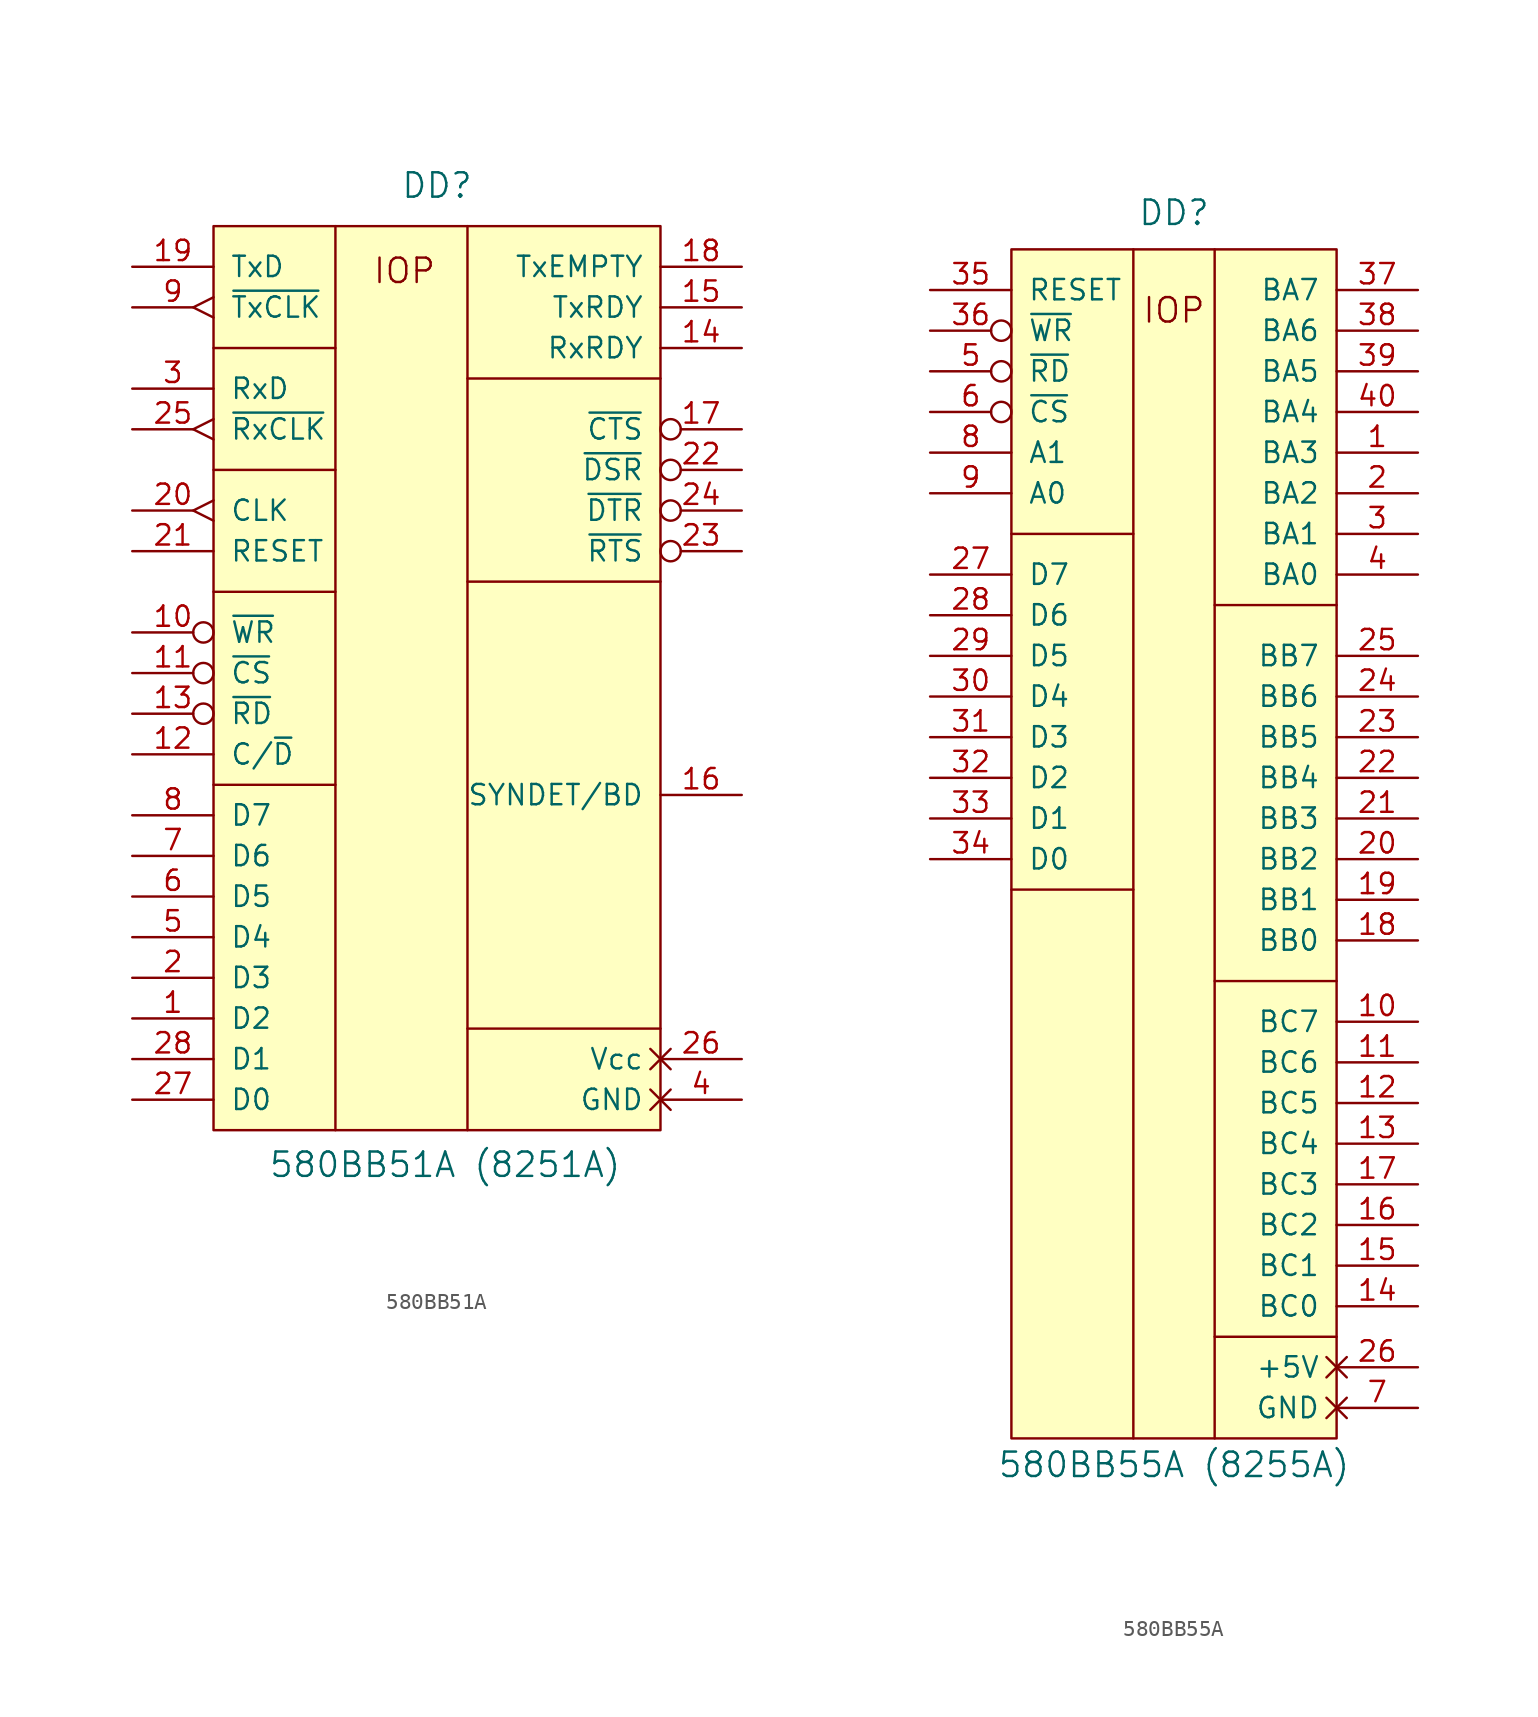
<source format=kicad_sym>
(kicad_symbol_lib
  (version 20231120)
  (generator "kicad_symbol_editor")
  (generator_version "8.0")
  (symbol "580ВВ51А"
    (pin_names
      (offset 1.016))
    (property "Reference" "DD"
      (at 0 30.48 0)
      (effects (font (size 1.524 1.524))))
    (property "Value" "580ВВ51А (8251A)"
      (at 0.508 -30.734 0)
      (effects (font (size 1.524 1.524))))
    (symbol "580ВВ51А_0_0"
      (text "IOP" (at -2.032 25.146 0) (effects (font (size 1.524 1.524)))))
    (symbol "580ВВ51А_0_1"
      (polyline (pts (xy -13.97 -6.985) (xy -6.35 -6.985)) (stroke (width 0) (type solid)) (fill (type none)))
      (polyline (pts (xy -13.97 5.08) (xy -6.35 5.08)) (stroke (width 0) (type solid)) (fill (type none)))
      (polyline (pts (xy -13.97 12.7) (xy -6.35 12.7)) (stroke (width 0) (type solid)) (fill (type none)))
      (polyline (pts (xy -13.97 20.32) (xy -6.35 20.32)) (stroke (width 0) (type solid)) (fill (type none)))
      (polyline (pts (xy -6.35 27.94) (xy -6.35 -28.575)) (stroke (width 0) (type solid)) (fill (type none)))
      (polyline (pts (xy 1.905 -22.225) (xy 13.97 -22.225)) (stroke (width 0) (type solid)) (fill (type none)))
      (polyline (pts (xy 1.905 5.715) (xy 13.97 5.715)) (stroke (width 0) (type solid)) (fill (type none)))
      (polyline (pts (xy 1.905 18.415) (xy 13.97 18.415)) (stroke (width 0) (type solid)) (fill (type none)))
      (polyline (pts (xy 1.905 27.94) (xy 1.905 -28.575)) (stroke (width 0) (type solid)) (fill (type none))))
    (symbol "580ВВ51А_1_1"
      (rectangle (start -13.97 27.94) (end 13.97 -28.575) (stroke (width 0) (type solid)) (fill (type background)))
      (pin bidirectional line (at -19.05 -21.59 0) (length 5.08) (name "D2" (effects (font (size 1.27 1.27)))) (number "1" (effects (font (size 1.27 1.27)))))
      (pin input inverted (at -19.05 2.54 0) (length 5.08) (name "~{WR}" (effects (font (size 1.27 1.27)))) (number "10" (effects (font (size 1.27 1.27)))))
      (pin input inverted (at -19.05 0 0) (length 5.08) (name "~{CS}" (effects (font (size 1.27 1.27)))) (number "11" (effects (font (size 1.27 1.27)))))
      (pin input line (at -19.05 -5.08 0) (length 5.08) (name "C/~{D}" (effects (font (size 1.27 1.27)))) (number "12" (effects (font (size 1.27 1.27)))))
      (pin input inverted (at -19.05 -2.54 0) (length 5.08) (name "~{RD}" (effects (font (size 1.27 1.27)))) (number "13" (effects (font (size 1.27 1.27)))))
      (pin output line (at 19.05 20.32 180) (length 5.08) (name "RxRDY" (effects (font (size 1.27 1.27)))) (number "14" (effects (font (size 1.27 1.27)))))
      (pin output line (at 19.05 22.86 180) (length 5.08) (name "TxRDY" (effects (font (size 1.27 1.27)))) (number "15" (effects (font (size 1.27 1.27)))))
      (pin bidirectional line (at 19.05 -7.62 180) (length 5.08) (name "SYNDET/BD" (effects (font (size 1.27 1.27)))) (number "16" (effects (font (size 1.27 1.27)))))
      (pin input inverted (at 19.05 15.24 180) (length 5.08) (name "~{CTS}" (effects (font (size 1.27 1.27)))) (number "17" (effects (font (size 1.27 1.27)))))
      (pin output line (at 19.05 25.4 180) (length 5.08) (name "TxEMPTY" (effects (font (size 1.27 1.27)))) (number "18" (effects (font (size 1.27 1.27)))))
      (pin output line (at -19.05 25.4 0) (length 5.08) (name "TxD" (effects (font (size 1.27 1.27)))) (number "19" (effects (font (size 1.27 1.27)))))
      (pin bidirectional line (at -19.05 -19.05 0) (length 5.08) (name "D3" (effects (font (size 1.27 1.27)))) (number "2" (effects (font (size 1.27 1.27)))))
      (pin input edge_clock_high (at -19.05 10.16 0) (length 5.08) (name "CLK" (effects (font (size 1.27 1.27)))) (number "20" (effects (font (size 1.27 1.27)))))
      (pin input line (at -19.05 7.62 0) (length 5.08) (name "RESET" (effects (font (size 1.27 1.27)))) (number "21" (effects (font (size 1.27 1.27)))))
      (pin input inverted (at 19.05 12.7 180) (length 5.08) (name "~{DSR}" (effects (font (size 1.27 1.27)))) (number "22" (effects (font (size 1.27 1.27)))))
      (pin output inverted (at 19.05 7.62 180) (length 5.08) (name "~{RTS}" (effects (font (size 1.27 1.27)))) (number "23" (effects (font (size 1.27 1.27)))))
      (pin output inverted (at 19.05 10.16 180) (length 5.08) (name "~{DTR}" (effects (font (size 1.27 1.27)))) (number "24" (effects (font (size 1.27 1.27)))))
      (pin input edge_clock_high (at -19.05 15.24 0) (length 5.08) (name "~{RxCLK}" (effects (font (size 1.27 1.27)))) (number "25" (effects (font (size 1.27 1.27)))))
      (pin power_in non_logic (at 19.05 -24.13 180) (length 5.08) (name "Vcc" (effects (font (size 1.27 1.27)))) (number "26" (effects (font (size 1.27 1.27)))))
      (pin bidirectional line (at -19.05 -26.67 0) (length 5.08) (name "D0" (effects (font (size 1.27 1.27)))) (number "27" (effects (font (size 1.27 1.27)))))
      (pin bidirectional line (at -19.05 -24.13 0) (length 5.08) (name "D1" (effects (font (size 1.27 1.27)))) (number "28" (effects (font (size 1.27 1.27)))))
      (pin input line (at -19.05 17.78 0) (length 5.08) (name "RxD" (effects (font (size 1.27 1.27)))) (number "3" (effects (font (size 1.27 1.27)))))
      (pin power_in non_logic (at 19.05 -26.67 180) (length 5.08) (name "GND" (effects (font (size 1.27 1.27)))) (number "4" (effects (font (size 1.27 1.27)))))
      (pin bidirectional line (at -19.05 -16.51 0) (length 5.08) (name "D4" (effects (font (size 1.27 1.27)))) (number "5" (effects (font (size 1.27 1.27)))))
      (pin bidirectional line (at -19.05 -13.97 0) (length 5.08) (name "D5" (effects (font (size 1.27 1.27)))) (number "6" (effects (font (size 1.27 1.27)))))
      (pin bidirectional line (at -19.05 -11.43 0) (length 5.08) (name "D6" (effects (font (size 1.27 1.27)))) (number "7" (effects (font (size 1.27 1.27)))))
      (pin bidirectional line (at -19.05 -8.89 0) (length 5.08) (name "D7" (effects (font (size 1.27 1.27)))) (number "8" (effects (font (size 1.27 1.27)))))
      (pin input edge_clock_high (at -19.05 22.86 0) (length 5.08) (name "~{TxCLK}" (effects (font (size 1.27 1.27)))) (number "9" (effects (font (size 1.27 1.27)))))))
  (symbol "580ВВ55A"
    (pin_names
      (offset 1.016))
    (property "Reference" "DD"
      (at 0 37.846 0)
      (effects (font (size 1.524 1.524))))
    (property "Value" "580ВВ55A (8255A)"
      (at 0 -40.386 0)
      (effects (font (size 1.524 1.524))))
    (symbol "580ВВ55A_0_0"
      (polyline (pts (xy -10.16 -4.445) (xy -2.54 -4.445)) (stroke (width 0) (type solid)) (fill (type none)))
      (polyline (pts (xy -10.16 17.78) (xy -2.54 17.78)) (stroke (width 0) (type solid)) (fill (type none)))
      (polyline (pts (xy -2.54 -38.735) (xy -2.54 35.56)) (stroke (width 0) (type solid)) (fill (type none)))
      (polyline (pts (xy 2.54 -32.385) (xy 10.16 -32.385)) (stroke (width 0) (type solid)) (fill (type none)))
      (polyline (pts (xy 2.54 -10.16) (xy 10.16 -10.16)) (stroke (width 0) (type solid)) (fill (type none)))
      (polyline (pts (xy 2.54 13.335) (xy 10.16 13.335)) (stroke (width 0) (type solid)) (fill (type none)))
      (polyline (pts (xy 2.54 35.56) (xy 2.54 -38.735)) (stroke (width 0) (type solid)) (fill (type none)))
      (text "IOP" (at 0 31.75 0) (effects (font (size 1.524 1.524)))))
    (symbol "580ВВ55A_0_1"
      (pin bidirectional line (at 15.24 22.86 180) (length 5.08) (name "BA3" (effects (font (size 1.27 1.27)))) (number "1" (effects (font (size 1.27 1.27)))))
      (pin bidirectional line (at 15.24 -12.7 180) (length 5.08) (name "BC7" (effects (font (size 1.27 1.27)))) (number "10" (effects (font (size 1.27 1.27)))))
      (pin bidirectional line (at 15.24 -15.24 180) (length 5.08) (name "BC6" (effects (font (size 1.27 1.27)))) (number "11" (effects (font (size 1.27 1.27)))))
      (pin bidirectional line (at 15.24 -17.78 180) (length 5.08) (name "BC5" (effects (font (size 1.27 1.27)))) (number "12" (effects (font (size 1.27 1.27)))))
      (pin bidirectional line (at 15.24 -20.32 180) (length 5.08) (name "BC4" (effects (font (size 1.27 1.27)))) (number "13" (effects (font (size 1.27 1.27)))))
      (pin bidirectional line (at 15.24 -30.48 180) (length 5.08) (name "BC0" (effects (font (size 1.27 1.27)))) (number "14" (effects (font (size 1.27 1.27)))))
      (pin bidirectional line (at 15.24 -27.94 180) (length 5.08) (name "BC1" (effects (font (size 1.27 1.27)))) (number "15" (effects (font (size 1.27 1.27)))))
      (pin bidirectional line (at 15.24 -25.4 180) (length 5.08) (name "BC2" (effects (font (size 1.27 1.27)))) (number "16" (effects (font (size 1.27 1.27)))))
      (pin bidirectional line (at 15.24 -22.86 180) (length 5.08) (name "BC3" (effects (font (size 1.27 1.27)))) (number "17" (effects (font (size 1.27 1.27)))))
      (pin bidirectional line (at 15.24 -7.62 180) (length 5.08) (name "BB0" (effects (font (size 1.27 1.27)))) (number "18" (effects (font (size 1.27 1.27)))))
      (pin bidirectional line (at 15.24 -5.08 180) (length 5.08) (name "BB1" (effects (font (size 1.27 1.27)))) (number "19" (effects (font (size 1.27 1.27)))))
      (pin bidirectional line (at 15.24 20.32 180) (length 5.08) (name "BA2" (effects (font (size 1.27 1.27)))) (number "2" (effects (font (size 1.27 1.27)))))
      (pin bidirectional line (at 15.24 -2.54 180) (length 5.08) (name "BB2" (effects (font (size 1.27 1.27)))) (number "20" (effects (font (size 1.27 1.27)))))
      (pin bidirectional line (at 15.24 0 180) (length 5.08) (name "BB3" (effects (font (size 1.27 1.27)))) (number "21" (effects (font (size 1.27 1.27)))))
      (pin bidirectional line (at 15.24 2.54 180) (length 5.08) (name "BB4" (effects (font (size 1.27 1.27)))) (number "22" (effects (font (size 1.27 1.27)))))
      (pin bidirectional line (at 15.24 5.08 180) (length 5.08) (name "BB5" (effects (font (size 1.27 1.27)))) (number "23" (effects (font (size 1.27 1.27)))))
      (pin bidirectional line (at 15.24 7.62 180) (length 5.08) (name "BB6" (effects (font (size 1.27 1.27)))) (number "24" (effects (font (size 1.27 1.27)))))
      (pin bidirectional line (at 15.24 10.16 180) (length 5.08) (name "BB7" (effects (font (size 1.27 1.27)))) (number "25" (effects (font (size 1.27 1.27)))))
      (pin bidirectional line (at -15.24 15.24 0) (length 5.08) (name "D7" (effects (font (size 1.27 1.27)))) (number "27" (effects (font (size 1.27 1.27)))))
      (pin bidirectional line (at -15.24 12.7 0) (length 5.08) (name "D6" (effects (font (size 1.27 1.27)))) (number "28" (effects (font (size 1.27 1.27)))))
      (pin bidirectional line (at -15.24 10.16 0) (length 5.08) (name "D5" (effects (font (size 1.27 1.27)))) (number "29" (effects (font (size 1.27 1.27)))))
      (pin bidirectional line (at 15.24 17.78 180) (length 5.08) (name "BA1" (effects (font (size 1.27 1.27)))) (number "3" (effects (font (size 1.27 1.27)))))
      (pin bidirectional line (at -15.24 7.62 0) (length 5.08) (name "D4" (effects (font (size 1.27 1.27)))) (number "30" (effects (font (size 1.27 1.27)))))
      (pin bidirectional line (at -15.24 5.08 0) (length 5.08) (name "D3" (effects (font (size 1.27 1.27)))) (number "31" (effects (font (size 1.27 1.27)))))
      (pin bidirectional line (at -15.24 2.54 0) (length 5.08) (name "D2" (effects (font (size 1.27 1.27)))) (number "32" (effects (font (size 1.27 1.27)))))
      (pin bidirectional line (at -15.24 0 0) (length 5.08) (name "D1" (effects (font (size 1.27 1.27)))) (number "33" (effects (font (size 1.27 1.27)))))
      (pin bidirectional line (at -15.24 -2.54 0) (length 5.08) (name "D0" (effects (font (size 1.27 1.27)))) (number "34" (effects (font (size 1.27 1.27)))))
      (pin input inverted (at -15.24 30.48 0) (length 5.08) (name "~{WR}" (effects (font (size 1.27 1.27)))) (number "36" (effects (font (size 1.27 1.27)))))
      (pin bidirectional line (at 15.24 33.02 180) (length 5.08) (name "BA7" (effects (font (size 1.27 1.27)))) (number "37" (effects (font (size 1.27 1.27)))))
      (pin bidirectional line (at 15.24 30.48 180) (length 5.08) (name "BA6" (effects (font (size 1.27 1.27)))) (number "38" (effects (font (size 1.27 1.27)))))
      (pin bidirectional line (at 15.24 27.94 180) (length 5.08) (name "BA5" (effects (font (size 1.27 1.27)))) (number "39" (effects (font (size 1.27 1.27)))))
      (pin bidirectional line (at 15.24 15.24 180) (length 5.08) (name "BA0" (effects (font (size 1.27 1.27)))) (number "4" (effects (font (size 1.27 1.27)))))
      (pin bidirectional line (at 15.24 25.4 180) (length 5.08) (name "BA4" (effects (font (size 1.27 1.27)))) (number "40" (effects (font (size 1.27 1.27)))))
      (pin input inverted (at -15.24 27.94 0) (length 5.08) (name "~{RD}" (effects (font (size 1.27 1.27)))) (number "5" (effects (font (size 1.27 1.27)))))
      (pin input inverted (at -15.24 25.4 0) (length 5.08) (name "~{CS}" (effects (font (size 1.27 1.27)))) (number "6" (effects (font (size 1.27 1.27))))))
    (symbol "580ВВ55A_1_0"
      (rectangle (start -10.16 35.56) (end 10.16 -38.735) (stroke (width 0) (type solid)) (fill (type background))))
    (symbol "580ВВ55A_1_1"
      (pin power_in non_logic (at 15.24 -34.29 180) (length 5.08) (name "+5V" (effects (font (size 1.27 1.27)))) (number "26" (effects (font (size 1.27 1.27)))))
      (pin input line (at -15.24 33.02 0) (length 5.08) (name "RESET" (effects (font (size 1.27 1.27)))) (number "35" (effects (font (size 1.27 1.27)))))
      (pin power_in non_logic (at 15.24 -36.83 180) (length 5.08) (name "GND" (effects (font (size 1.27 1.27)))) (number "7" (effects (font (size 1.27 1.27)))))
      (pin input line (at -15.24 22.86 0) (length 5.08) (name "A1" (effects (font (size 1.27 1.27)))) (number "8" (effects (font (size 1.27 1.27)))))
      (pin input line (at -15.24 20.32 0) (length 5.08) (name "A0" (effects (font (size 1.27 1.27)))) (number "9" (effects (font (size 1.27 1.27))))))))
</source>
